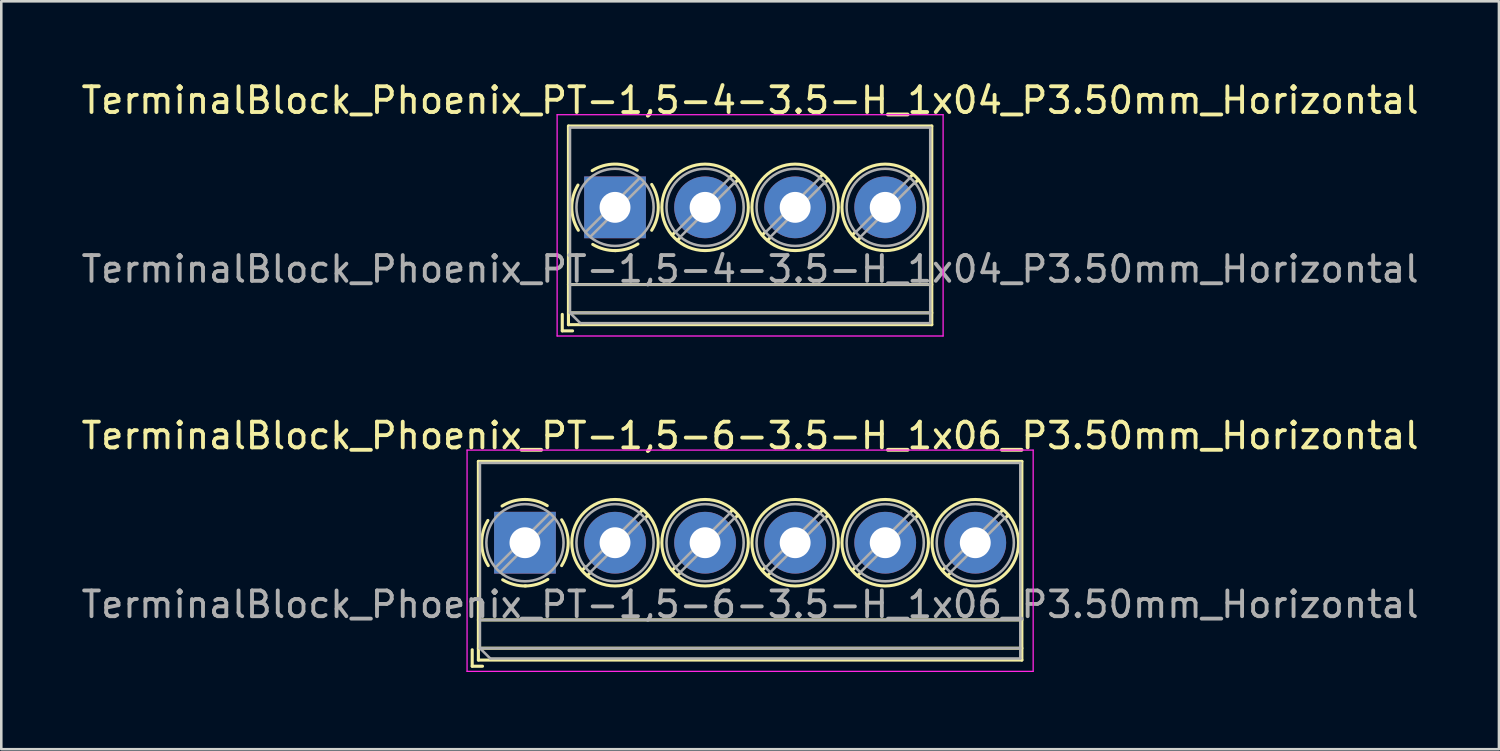
<source format=kicad_pcb>
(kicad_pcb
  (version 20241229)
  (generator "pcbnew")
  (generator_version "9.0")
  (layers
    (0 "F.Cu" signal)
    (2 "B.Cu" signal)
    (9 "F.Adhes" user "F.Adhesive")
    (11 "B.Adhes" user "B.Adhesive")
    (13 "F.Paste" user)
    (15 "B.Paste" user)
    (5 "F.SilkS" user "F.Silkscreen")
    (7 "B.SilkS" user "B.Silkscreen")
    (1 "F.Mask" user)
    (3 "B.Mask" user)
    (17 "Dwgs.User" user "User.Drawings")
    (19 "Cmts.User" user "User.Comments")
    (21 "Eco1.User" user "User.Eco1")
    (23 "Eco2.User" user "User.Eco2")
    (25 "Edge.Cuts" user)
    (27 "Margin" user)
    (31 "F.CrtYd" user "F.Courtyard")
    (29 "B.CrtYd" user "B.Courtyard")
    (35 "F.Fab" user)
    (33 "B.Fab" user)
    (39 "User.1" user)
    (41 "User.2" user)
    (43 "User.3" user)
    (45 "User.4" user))
  (footprint "TerminalBlock_Phoenix_PT-1,5-4-3.5-H_1x04_P3.50mm_Horizontal"
    (layer "F.Cu")
    (at 20.851 5.008)
    (property "Reference" "TerminalBlock_Phoenix_PT-1,5-4-3.5-H_1x04_P3.50mm_Horizontal" (at 5.25 -4.16 0) (layer "F.SilkS") (effects (font (size 1 1) (thickness 0.15))))
    (attr through_hole)
    (fp_line (start -2.05 4.16) (end -2.05 4.8) (stroke (width 0.12) (type solid)) (layer "F.SilkS"))
    (fp_line (start -2.05 4.8) (end -1.65 4.8) (stroke (width 0.12) (type solid)) (layer "F.SilkS"))
    (fp_line (start -1.81 -3.16) (end -1.81 4.56) (stroke (width 0.12) (type solid)) (layer "F.SilkS"))
    (fp_line (start -1.81 -3.16) (end 12.31 -3.16) (stroke (width 0.12) (type solid)) (layer "F.SilkS"))
    (fp_line (start -1.81 3) (end 12.31 3) (stroke (width 0.12) (type solid)) (layer "F.SilkS"))
    (fp_line (start -1.81 4.1) (end 12.31 4.1) (stroke (width 0.12) (type solid)) (layer "F.SilkS"))
    (fp_line (start -1.81 4.56) (end 12.31 4.56) (stroke (width 0.12) (type solid)) (layer "F.SilkS"))
    (fp_line (start 2.355 0.941) (end 2.226 1.069) (stroke (width 0.12) (type solid)) (layer "F.SilkS"))
    (fp_line (start 2.525 1.181) (end 2.431 1.274) (stroke (width 0.12) (type solid)) (layer "F.SilkS"))
    (fp_line (start 4.57 -1.275) (end 4.476 -1.181) (stroke (width 0.12) (type solid)) (layer "F.SilkS"))
    (fp_line (start 4.775 -1.069) (end 4.646 -0.941) (stroke (width 0.12) (type solid)) (layer "F.SilkS"))
    (fp_line (start 5.855 0.941) (end 5.726 1.069) (stroke (width 0.12) (type solid)) (layer "F.SilkS"))
    (fp_line (start 6.025 1.181) (end 5.931 1.274) (stroke (width 0.12) (type solid)) (layer "F.SilkS"))
    (fp_line (start 8.07 -1.275) (end 7.976 -1.181) (stroke (width 0.12) (type solid)) (layer "F.SilkS"))
    (fp_line (start 8.275 -1.069) (end 8.146 -0.941) (stroke (width 0.12) (type solid)) (layer "F.SilkS"))
    (fp_line (start 9.355 0.941) (end 9.226 1.069) (stroke (width 0.12) (type solid)) (layer "F.SilkS"))
    (fp_line (start 9.525 1.181) (end 9.431 1.274) (stroke (width 0.12) (type solid)) (layer "F.SilkS"))
    (fp_line (start 11.57 -1.275) (end 11.476 -1.181) (stroke (width 0.12) (type solid)) (layer "F.SilkS"))
    (fp_line (start 11.775 -1.069) (end 11.646 -0.941) (stroke (width 0.12) (type solid)) (layer "F.SilkS"))
    (fp_line (start 12.31 -3.16) (end 12.31 4.56) (stroke (width 0.12) (type solid)) (layer "F.SilkS"))
    (fp_arc (start -1.425358 0.889894) (mid -1.680286 0.014012) (end -1.44 -0.866) (stroke (width 0.12) (type solid)) (layer "F.SilkS"))
    (fp_arc (start -0.889894 -1.425358) (mid -0.014012 -1.680286) (end 0.866 -1.44) (stroke (width 0.12) (type solid)) (layer "F.SilkS"))
    (fp_arc (start 0.028674 1.680099) (mid -0.435535 1.622918) (end -0.866 1.44) (stroke (width 0.12) (type solid)) (layer "F.SilkS"))
    (fp_arc (start 0.890264 1.424721) (mid 0.463071 1.61492) (end 0 1.68) (stroke (width 0.12) (type solid)) (layer "F.SilkS"))
    (fp_arc (start 1.425504 -0.890193) (mid 1.680626 0.000476) (end 1.425 0.891) (stroke (width 0.12) (type solid)) (layer "F.SilkS"))
    (fp_circle (center 3.5 0) (end 5.18 0) (stroke (width 0.12) (type solid)) (fill no) (layer "F.SilkS"))
    (fp_circle (center 7 0) (end 8.68 0) (stroke (width 0.12) (type solid)) (fill no) (layer "F.SilkS"))
    (fp_circle (center 10.5 0) (end 12.18 0) (stroke (width 0.12) (type solid)) (fill no) (layer "F.SilkS"))
    (fp_line (start -2.25 -3.6) (end -2.25 5) (stroke (width 0.05) (type solid)) (layer "F.CrtYd"))
    (fp_line (start -2.25 5) (end 12.75 5) (stroke (width 0.05) (type solid)) (layer "F.CrtYd"))
    (fp_line (start 12.75 -3.6) (end -2.25 -3.6) (stroke (width 0.05) (type solid)) (layer "F.CrtYd"))
    (fp_line (start 12.75 5) (end 12.75 -3.6) (stroke (width 0.05) (type solid)) (layer "F.CrtYd"))
    (fp_line (start -1.75 -3.1) (end 12.25 -3.1) (stroke (width 0.1) (type solid)) (layer "F.Fab"))
    (fp_line (start -1.75 3) (end 12.25 3) (stroke (width 0.1) (type solid)) (layer "F.Fab"))
    (fp_line (start -1.75 4.1) (end -1.75 -3.1) (stroke (width 0.1) (type solid)) (layer "F.Fab"))
    (fp_line (start -1.75 4.1) (end 12.25 4.1) (stroke (width 0.1) (type solid)) (layer "F.Fab"))
    (fp_line (start -1.35 4.5) (end -1.75 4.1) (stroke (width 0.1) (type solid)) (layer "F.Fab"))
    (fp_line (start 0.955 -1.138) (end -1.138 0.955) (stroke (width 0.1) (type solid)) (layer "F.Fab"))
    (fp_line (start 1.138 -0.955) (end -0.955 1.138) (stroke (width 0.1) (type solid)) (layer "F.Fab"))
    (fp_line (start 4.455 -1.138) (end 2.363 0.955) (stroke (width 0.1) (type solid)) (layer "F.Fab"))
    (fp_line (start 4.638 -0.955) (end 2.546 1.138) (stroke (width 0.1) (type solid)) (layer "F.Fab"))
    (fp_line (start 7.955 -1.138) (end 5.863 0.955) (stroke (width 0.1) (type solid)) (layer "F.Fab"))
    (fp_line (start 8.138 -0.955) (end 6.046 1.138) (stroke (width 0.1) (type solid)) (layer "F.Fab"))
    (fp_line (start 11.455 -1.138) (end 9.363 0.955) (stroke (width 0.1) (type solid)) (layer "F.Fab"))
    (fp_line (start 11.638 -0.955) (end 9.546 1.138) (stroke (width 0.1) (type solid)) (layer "F.Fab"))
    (fp_line (start 12.25 -3.1) (end 12.25 4.5) (stroke (width 0.1) (type solid)) (layer "F.Fab"))
    (fp_line (start 12.25 4.5) (end -1.35 4.5) (stroke (width 0.1) (type solid)) (layer "F.Fab"))
    (fp_circle (center 0 0) (end 1.5 0) (stroke (width 0.1) (type solid)) (fill no) (layer "F.Fab"))
    (fp_circle (center 3.5 0) (end 5 0) (stroke (width 0.1) (type solid)) (fill no) (layer "F.Fab"))
    (fp_circle (center 7 0) (end 8.5 0) (stroke (width 0.1) (type solid)) (fill no) (layer "F.Fab"))
    (fp_circle (center 10.5 0) (end 12 0) (stroke (width 0.1) (type solid)) (fill no) (layer "F.Fab"))
    (fp_text user "${REFERENCE}" (at 5.25 2.4 0) (layer "F.Fab") (effects (font (size 1 1) (thickness 0.15))))
    (pad "1" thru_hole rect (at 0 0) (size 2.4 2.4) (drill 1.2) (layers "*.Cu" "*.Mask"))
    (pad "2" thru_hole circle (at 3.5 0) (size 2.4 2.4) (drill 1.2) (layers "*.Cu" "*.Mask"))
    (pad "3" thru_hole circle (at 7 0) (size 2.4 2.4) (drill 1.2) (layers "*.Cu" "*.Mask"))
    (pad "4" thru_hole circle (at 10.5 0) (size 2.4 2.4) (drill 1.2) (layers "*.Cu" "*.Mask")))
  (footprint "TerminalBlock_Phoenix_PT-1,5-6-3.5-H_1x06_P3.50mm_Horizontal"
    (layer "F.Cu")
    (at 17.351 18.041)
    (property "Reference" "TerminalBlock_Phoenix_PT-1,5-6-3.5-H_1x06_P3.50mm_Horizontal" (at 8.75 -4.16 0) (layer "F.SilkS") (effects (font (size 1 1) (thickness 0.15))))
    (attr through_hole)
    (fp_line (start -2.05 4.16) (end -2.05 4.8) (stroke (width 0.12) (type solid)) (layer "F.SilkS"))
    (fp_line (start -2.05 4.8) (end -1.65 4.8) (stroke (width 0.12) (type solid)) (layer "F.SilkS"))
    (fp_line (start -1.81 -3.16) (end -1.81 4.56) (stroke (width 0.12) (type solid)) (layer "F.SilkS"))
    (fp_line (start -1.81 -3.16) (end 19.311 -3.16) (stroke (width 0.12) (type solid)) (layer "F.SilkS"))
    (fp_line (start -1.81 3) (end 19.311 3) (stroke (width 0.12) (type solid)) (layer "F.SilkS"))
    (fp_line (start -1.81 4.1) (end 19.311 4.1) (stroke (width 0.12) (type solid)) (layer "F.SilkS"))
    (fp_line (start -1.81 4.56) (end 19.311 4.56) (stroke (width 0.12) (type solid)) (layer "F.SilkS"))
    (fp_line (start 2.355 0.941) (end 2.226 1.069) (stroke (width 0.12) (type solid)) (layer "F.SilkS"))
    (fp_line (start 2.525 1.181) (end 2.431 1.274) (stroke (width 0.12) (type solid)) (layer "F.SilkS"))
    (fp_line (start 4.57 -1.275) (end 4.476 -1.181) (stroke (width 0.12) (type solid)) (layer "F.SilkS"))
    (fp_line (start 4.775 -1.069) (end 4.646 -0.941) (stroke (width 0.12) (type solid)) (layer "F.SilkS"))
    (fp_line (start 5.855 0.941) (end 5.726 1.069) (stroke (width 0.12) (type solid)) (layer "F.SilkS"))
    (fp_line (start 6.025 1.181) (end 5.931 1.274) (stroke (width 0.12) (type solid)) (layer "F.SilkS"))
    (fp_line (start 8.07 -1.275) (end 7.976 -1.181) (stroke (width 0.12) (type solid)) (layer "F.SilkS"))
    (fp_line (start 8.275 -1.069) (end 8.146 -0.941) (stroke (width 0.12) (type solid)) (layer "F.SilkS"))
    (fp_line (start 9.355 0.941) (end 9.226 1.069) (stroke (width 0.12) (type solid)) (layer "F.SilkS"))
    (fp_line (start 9.525 1.181) (end 9.431 1.274) (stroke (width 0.12) (type solid)) (layer "F.SilkS"))
    (fp_line (start 11.57 -1.275) (end 11.476 -1.181) (stroke (width 0.12) (type solid)) (layer "F.SilkS"))
    (fp_line (start 11.775 -1.069) (end 11.646 -0.941) (stroke (width 0.12) (type solid)) (layer "F.SilkS"))
    (fp_line (start 12.855 0.941) (end 12.726 1.069) (stroke (width 0.12) (type solid)) (layer "F.SilkS"))
    (fp_line (start 13.025 1.181) (end 12.931 1.274) (stroke (width 0.12) (type solid)) (layer "F.SilkS"))
    (fp_line (start 15.07 -1.275) (end 14.976 -1.181) (stroke (width 0.12) (type solid)) (layer "F.SilkS"))
    (fp_line (start 15.275 -1.069) (end 15.146 -0.941) (stroke (width 0.12) (type solid)) (layer "F.SilkS"))
    (fp_line (start 16.355 0.941) (end 16.226 1.069) (stroke (width 0.12) (type solid)) (layer "F.SilkS"))
    (fp_line (start 16.525 1.181) (end 16.431 1.274) (stroke (width 0.12) (type solid)) (layer "F.SilkS"))
    (fp_line (start 18.57 -1.275) (end 18.476 -1.181) (stroke (width 0.12) (type solid)) (layer "F.SilkS"))
    (fp_line (start 18.775 -1.069) (end 18.646 -0.941) (stroke (width 0.12) (type solid)) (layer "F.SilkS"))
    (fp_line (start 19.311 -3.16) (end 19.311 4.56) (stroke (width 0.12) (type solid)) (layer "F.SilkS"))
    (fp_arc (start -1.425358 0.889894) (mid -1.680286 0.014012) (end -1.44 -0.866) (stroke (width 0.12) (type solid)) (layer "F.SilkS"))
    (fp_arc (start -0.889894 -1.425358) (mid -0.014012 -1.680286) (end 0.866 -1.44) (stroke (width 0.12) (type solid)) (layer "F.SilkS"))
    (fp_arc (start 0.028674 1.680099) (mid -0.435535 1.622918) (end -0.866 1.44) (stroke (width 0.12) (type solid)) (layer "F.SilkS"))
    (fp_arc (start 0.890264 1.424721) (mid 0.463071 1.61492) (end 0 1.68) (stroke (width 0.12) (type solid)) (layer "F.SilkS"))
    (fp_arc (start 1.425504 -0.890193) (mid 1.680626 0.000476) (end 1.425 0.891) (stroke (width 0.12) (type solid)) (layer "F.SilkS"))
    (fp_circle (center 3.5 0) (end 5.18 0) (stroke (width 0.12) (type solid)) (fill no) (layer "F.SilkS"))
    (fp_circle (center 7 0) (end 8.68 0) (stroke (width 0.12) (type solid)) (fill no) (layer "F.SilkS"))
    (fp_circle (center 10.5 0) (end 12.18 0) (stroke (width 0.12) (type solid)) (fill no) (layer "F.SilkS"))
    (fp_circle (center 14 0) (end 15.68 0) (stroke (width 0.12) (type solid)) (fill no) (layer "F.SilkS"))
    (fp_circle (center 17.5 0) (end 19.18 0) (stroke (width 0.12) (type solid)) (fill no) (layer "F.SilkS"))
    (fp_line (start -2.25 -3.6) (end -2.25 5) (stroke (width 0.05) (type solid)) (layer "F.CrtYd"))
    (fp_line (start -2.25 5) (end 19.75 5) (stroke (width 0.05) (type solid)) (layer "F.CrtYd"))
    (fp_line (start 19.75 -3.6) (end -2.25 -3.6) (stroke (width 0.05) (type solid)) (layer "F.CrtYd"))
    (fp_line (start 19.75 5) (end 19.75 -3.6) (stroke (width 0.05) (type solid)) (layer "F.CrtYd"))
    (fp_line (start -1.75 -3.1) (end 19.25 -3.1) (stroke (width 0.1) (type solid)) (layer "F.Fab"))
    (fp_line (start -1.75 3) (end 19.25 3) (stroke (width 0.1) (type solid)) (layer "F.Fab"))
    (fp_line (start -1.75 4.1) (end -1.75 -3.1) (stroke (width 0.1) (type solid)) (layer "F.Fab"))
    (fp_line (start -1.75 4.1) (end 19.25 4.1) (stroke (width 0.1) (type solid)) (layer "F.Fab"))
    (fp_line (start -1.35 4.5) (end -1.75 4.1) (stroke (width 0.1) (type solid)) (layer "F.Fab"))
    (fp_line (start 0.955 -1.138) (end -1.138 0.955) (stroke (width 0.1) (type solid)) (layer "F.Fab"))
    (fp_line (start 1.138 -0.955) (end -0.955 1.138) (stroke (width 0.1) (type solid)) (layer "F.Fab"))
    (fp_line (start 4.455 -1.138) (end 2.363 0.955) (stroke (width 0.1) (type solid)) (layer "F.Fab"))
    (fp_line (start 4.638 -0.955) (end 2.546 1.138) (stroke (width 0.1) (type solid)) (layer "F.Fab"))
    (fp_line (start 7.955 -1.138) (end 5.863 0.955) (stroke (width 0.1) (type solid)) (layer "F.Fab"))
    (fp_line (start 8.138 -0.955) (end 6.046 1.138) (stroke (width 0.1) (type solid)) (layer "F.Fab"))
    (fp_line (start 11.455 -1.138) (end 9.363 0.955) (stroke (width 0.1) (type solid)) (layer "F.Fab"))
    (fp_line (start 11.638 -0.955) (end 9.546 1.138) (stroke (width 0.1) (type solid)) (layer "F.Fab"))
    (fp_line (start 14.955 -1.138) (end 12.863 0.955) (stroke (width 0.1) (type solid)) (layer "F.Fab"))
    (fp_line (start 15.138 -0.955) (end 13.046 1.138) (stroke (width 0.1) (type solid)) (layer "F.Fab"))
    (fp_line (start 18.455 -1.138) (end 16.363 0.955) (stroke (width 0.1) (type solid)) (layer "F.Fab"))
    (fp_line (start 18.638 -0.955) (end 16.546 1.138) (stroke (width 0.1) (type solid)) (layer "F.Fab"))
    (fp_line (start 19.25 -3.1) (end 19.25 4.5) (stroke (width 0.1) (type solid)) (layer "F.Fab"))
    (fp_line (start 19.25 4.5) (end -1.35 4.5) (stroke (width 0.1) (type solid)) (layer "F.Fab"))
    (fp_circle (center 0 0) (end 1.5 0) (stroke (width 0.1) (type solid)) (fill no) (layer "F.Fab"))
    (fp_circle (center 3.5 0) (end 5 0) (stroke (width 0.1) (type solid)) (fill no) (layer "F.Fab"))
    (fp_circle (center 7 0) (end 8.5 0) (stroke (width 0.1) (type solid)) (fill no) (layer "F.Fab"))
    (fp_circle (center 10.5 0) (end 12 0) (stroke (width 0.1) (type solid)) (fill no) (layer "F.Fab"))
    (fp_circle (center 14 0) (end 15.5 0) (stroke (width 0.1) (type solid)) (fill no) (layer "F.Fab"))
    (fp_circle (center 17.5 0) (end 19 0) (stroke (width 0.1) (type solid)) (fill no) (layer "F.Fab"))
    (fp_text user "${REFERENCE}" (at 8.75 2.4 0) (layer "F.Fab") (effects (font (size 1 1) (thickness 0.15))))
    (pad "1" thru_hole rect (at 0 0) (size 2.4 2.4) (drill 1.2) (layers "*.Cu" "*.Mask"))
    (pad "2" thru_hole circle (at 3.5 0) (size 2.4 2.4) (drill 1.2) (layers "*.Cu" "*.Mask"))
    (pad "3" thru_hole circle (at 7 0) (size 2.4 2.4) (drill 1.2) (layers "*.Cu" "*.Mask"))
    (pad "4" thru_hole circle (at 10.5 0) (size 2.4 2.4) (drill 1.2) (layers "*.Cu" "*.Mask"))
    (pad "5" thru_hole circle (at 14 0) (size 2.4 2.4) (drill 1.2) (layers "*.Cu" "*.Mask"))
    (pad "6" thru_hole circle (at 17.5 0) (size 2.4 2.4) (drill 1.2) (layers "*.Cu" "*.Mask")))
  (gr_rect
    (start -3 -3)
    (end 55.202 26.067)
    (stroke (width 0.1) (type default))
    (fill no)
    (layer "Edge.Cuts")))
</source>
